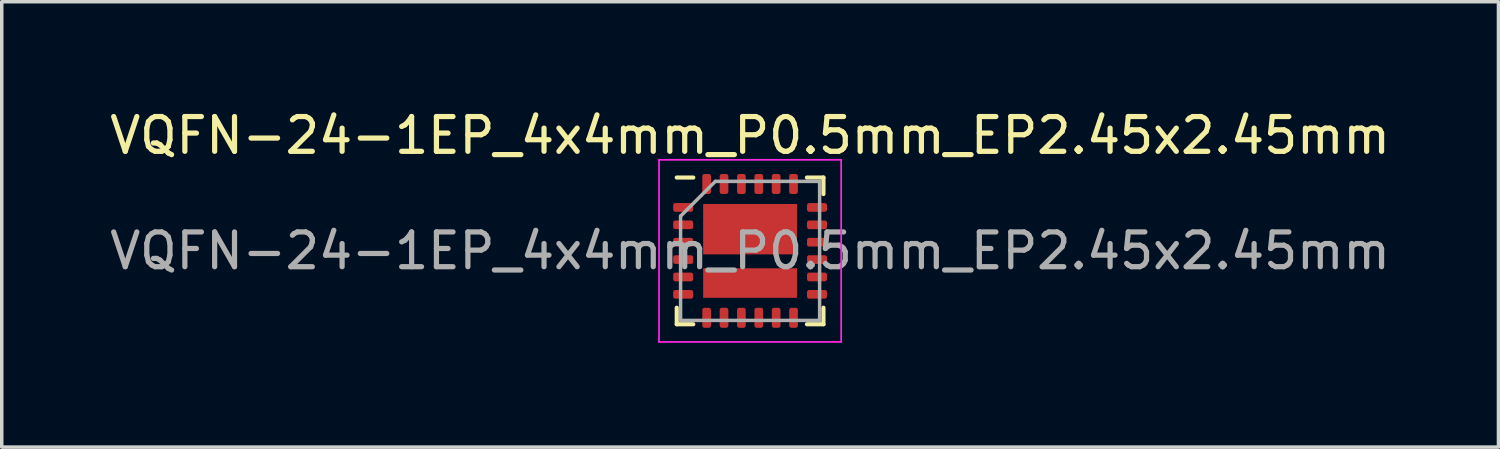
<source format=kicad_pcb>
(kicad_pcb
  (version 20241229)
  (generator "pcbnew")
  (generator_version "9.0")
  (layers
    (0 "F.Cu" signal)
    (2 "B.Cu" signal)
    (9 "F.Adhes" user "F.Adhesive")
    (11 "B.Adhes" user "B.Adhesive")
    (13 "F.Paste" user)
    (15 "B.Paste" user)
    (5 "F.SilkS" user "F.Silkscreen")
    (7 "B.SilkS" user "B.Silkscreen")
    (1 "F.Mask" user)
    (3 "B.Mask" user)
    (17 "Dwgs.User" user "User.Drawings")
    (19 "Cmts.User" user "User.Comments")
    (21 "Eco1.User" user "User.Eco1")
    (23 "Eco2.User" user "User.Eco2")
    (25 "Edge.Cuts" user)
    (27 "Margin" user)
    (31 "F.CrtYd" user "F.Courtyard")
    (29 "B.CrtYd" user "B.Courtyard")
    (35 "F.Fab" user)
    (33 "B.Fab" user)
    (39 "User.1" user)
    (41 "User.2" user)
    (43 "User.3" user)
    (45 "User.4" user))
  (footprint "VQFN-24-1EP_4x4mm_P0.5mm_EP2.45x2.45mm"
    (layer "F.Cu")
    (at 18.53 4.168)
    (property "Reference" "VQFN-24-1EP_4x4mm_P0.5mm_EP2.45x2.45mm" (at 0 -3.32 0) (layer "F.SilkS") (effects (font (size 1 1) (thickness 0.15))))
    (attr smd)
    (fp_line (start -2.11 2.11) (end -2.11 1.635) (stroke (width 0.12) (type solid)) (layer "F.SilkS"))
    (fp_line (start -1.635 -2.11) (end -2.11 -2.11) (stroke (width 0.12) (type solid)) (layer "F.SilkS"))
    (fp_line (start -1.635 2.11) (end -2.11 2.11) (stroke (width 0.12) (type solid)) (layer "F.SilkS"))
    (fp_line (start 1.635 -2.11) (end 2.11 -2.11) (stroke (width 0.12) (type solid)) (layer "F.SilkS"))
    (fp_line (start 1.635 2.11) (end 2.11 2.11) (stroke (width 0.12) (type solid)) (layer "F.SilkS"))
    (fp_line (start 2.11 -2.11) (end 2.11 -1.635) (stroke (width 0.12) (type solid)) (layer "F.SilkS"))
    (fp_line (start 2.11 2.11) (end 2.11 1.635) (stroke (width 0.12) (type solid)) (layer "F.SilkS"))
    (fp_line (start -2.62 -2.62) (end -2.62 2.62) (stroke (width 0.05) (type solid)) (layer "F.CrtYd"))
    (fp_line (start -2.62 2.62) (end 2.62 2.62) (stroke (width 0.05) (type solid)) (layer "F.CrtYd"))
    (fp_line (start 2.62 -2.62) (end -2.62 -2.62) (stroke (width 0.05) (type solid)) (layer "F.CrtYd"))
    (fp_line (start 2.62 2.62) (end 2.62 -2.62) (stroke (width 0.05) (type solid)) (layer "F.CrtYd"))
    (fp_line (start -2 -1) (end -1 -2) (stroke (width 0.1) (type solid)) (layer "F.Fab"))
    (fp_line (start -2 2) (end -2 -1) (stroke (width 0.1) (type solid)) (layer "F.Fab"))
    (fp_line (start -1 -2) (end 2 -2) (stroke (width 0.1) (type solid)) (layer "F.Fab"))
    (fp_line (start 2 -2) (end 2 2) (stroke (width 0.1) (type solid)) (layer "F.Fab"))
    (fp_line (start 2 2) (end -2 2) (stroke (width 0.1) (type solid)) (layer "F.Fab"))
    (fp_text user "${REFERENCE}" (at 0 0 0) (layer "F.Fab") (effects (font (size 1 1) (thickness 0.15))))
    (pad "" smd roundrect (at -0.9 -1) (size 0.66 0.55) (layers "F.Paste") (roundrect_rratio 0.25))
    (pad "" smd roundrect (at -0.9 -0.3) (size 0.66 0.53) (layers "F.Paste") (roundrect_rratio 0.25))
    (pad "" smd roundrect (at -0.9 0.925) (size 0.66 0.53) (layers "F.Paste") (roundrect_rratio 0.25))
    (pad "" smd roundrect (at -0.02 -1) (size 0.66 0.53) (layers "F.Paste") (roundrect_rratio 0.25))
    (pad "" smd roundrect (at -0.02 -0.3) (size 0.66 0.53) (layers "F.Paste") (roundrect_rratio 0.25))
    (pad "" smd roundrect (at 0 0.925) (size 0.66 0.53) (layers "F.Paste") (roundrect_rratio 0.25))
    (pad "" smd roundrect (at 0.9 -1) (size 0.66 0.53) (layers "F.Paste") (roundrect_rratio 0.25))
    (pad "" smd roundrect (at 0.9 -0.3) (size 0.66 0.53) (layers "F.Paste") (roundrect_rratio 0.25))
    (pad "" smd roundrect (at 0.9 0.925) (size 0.66 0.53) (layers "F.Paste") (roundrect_rratio 0.25))
    (pad "1" smd roundrect (at -1.925 -1.25) (size 0.575 0.25) (layers "F.Cu" "F.Mask" "F.Paste") (roundrect_rratio 0.25))
    (pad "2" smd roundrect (at -1.925 -0.75) (size 0.575 0.25) (layers "F.Cu" "F.Mask" "F.Paste") (roundrect_rratio 0.25))
    (pad "3" smd roundrect (at -1.925 -0.25) (size 0.575 0.25) (layers "F.Cu" "F.Mask" "F.Paste") (roundrect_rratio 0.25))
    (pad "4" smd roundrect (at -1.925 0.25) (size 0.575 0.25) (layers "F.Cu" "F.Mask" "F.Paste") (roundrect_rratio 0.25))
    (pad "5" smd roundrect (at -1.925 0.75) (size 0.575 0.25) (layers "F.Cu" "F.Mask" "F.Paste") (roundrect_rratio 0.25))
    (pad "6" smd roundrect (at -1.925 1.25) (size 0.575 0.25) (layers "F.Cu" "F.Mask" "F.Paste") (roundrect_rratio 0.25))
    (pad "7" smd roundrect (at -1.25 1.925) (size 0.25 0.575) (layers "F.Cu" "F.Mask" "F.Paste") (roundrect_rratio 0.25))
    (pad "8" smd roundrect (at -0.75 1.925) (size 0.25 0.575) (layers "F.Cu" "F.Mask" "F.Paste") (roundrect_rratio 0.25))
    (pad "9" smd roundrect (at -0.25 1.925) (size 0.25 0.575) (layers "F.Cu" "F.Mask" "F.Paste") (roundrect_rratio 0.25))
    (pad "10" smd roundrect (at 0.25 1.925) (size 0.25 0.575) (layers "F.Cu" "F.Mask" "F.Paste") (roundrect_rratio 0.25))
    (pad "11" smd roundrect (at 0.75 1.925) (size 0.25 0.575) (layers "F.Cu" "F.Mask" "F.Paste") (roundrect_rratio 0.25))
    (pad "12" smd roundrect (at 1.25 1.925) (size 0.25 0.575) (layers "F.Cu" "F.Mask" "F.Paste") (roundrect_rratio 0.25))
    (pad "13" smd roundrect (at 1.925 1.25) (size 0.575 0.25) (layers "F.Cu" "F.Mask" "F.Paste") (roundrect_rratio 0.25))
    (pad "14" smd roundrect (at 1.925 0.75) (size 0.575 0.25) (layers "F.Cu" "F.Mask" "F.Paste") (roundrect_rratio 0.25))
    (pad "15" smd roundrect (at 1.925 0.25) (size 0.575 0.25) (layers "F.Cu" "F.Mask" "F.Paste") (roundrect_rratio 0.25))
    (pad "16" smd roundrect (at 1.925 -0.25) (size 0.575 0.25) (layers "F.Cu" "F.Mask" "F.Paste") (roundrect_rratio 0.25))
    (pad "17" smd roundrect (at 1.925 -0.75) (size 0.575 0.25) (layers "F.Cu" "F.Mask" "F.Paste") (roundrect_rratio 0.25))
    (pad "18" smd roundrect (at 1.925 -1.25) (size 0.575 0.25) (layers "F.Cu" "F.Mask" "F.Paste") (roundrect_rratio 0.25))
    (pad "19" smd roundrect (at 1.25 -1.925) (size 0.25 0.575) (layers "F.Cu" "F.Mask" "F.Paste") (roundrect_rratio 0.25))
    (pad "20" smd roundrect (at 0.75 -1.925) (size 0.25 0.575) (layers "F.Cu" "F.Mask" "F.Paste") (roundrect_rratio 0.25))
    (pad "21" smd roundrect (at 0.25 -1.925) (size 0.25 0.575) (layers "F.Cu" "F.Mask" "F.Paste") (roundrect_rratio 0.25))
    (pad "22" smd roundrect (at -0.25 -1.925) (size 0.25 0.575) (layers "F.Cu" "F.Mask" "F.Paste") (roundrect_rratio 0.25))
    (pad "23" smd roundrect (at -0.75 -1.925) (size 0.25 0.575) (layers "F.Cu" "F.Mask" "F.Paste") (roundrect_rratio 0.25))
    (pad "24" smd roundrect (at -1.25 -1.925) (size 0.25 0.575) (layers "F.Cu" "F.Mask" "F.Paste") (roundrect_rratio 0.25))
    (pad "25" smd rect (at 0 -0.625) (size 2.7 1.45) (layers "F.Cu" "F.Mask"))
    (pad "26" smd rect (at 0 0.925) (size 2.7 0.85) (layers "F.Cu" "F.Mask")))
  (gr_rect
    (start -3 -3)
    (end 40.06 9.813)
    (stroke (width 0.1) (type default))
    (fill no)
    (layer "Edge.Cuts")))
</source>
